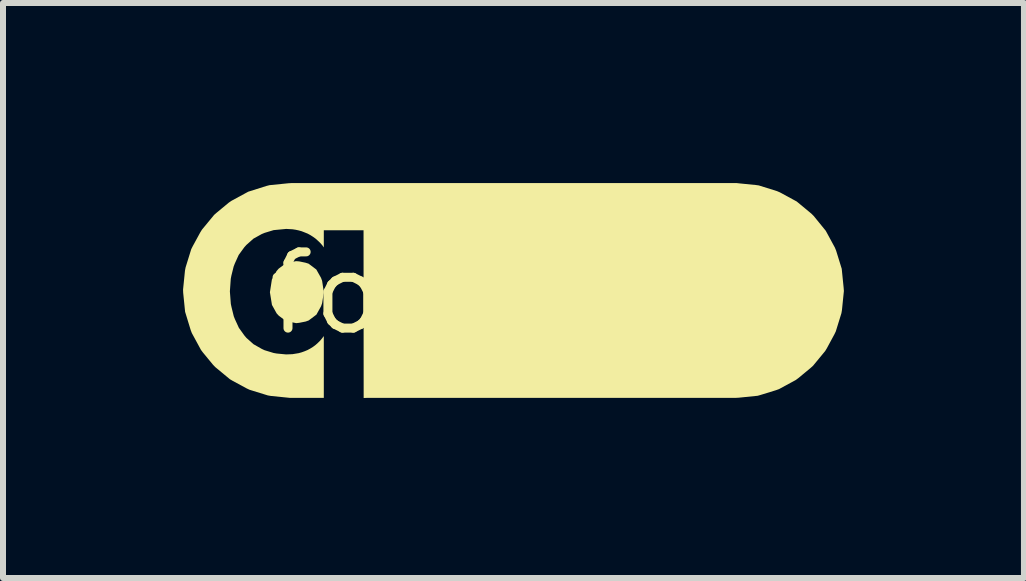
<source format=kicad_pcb>
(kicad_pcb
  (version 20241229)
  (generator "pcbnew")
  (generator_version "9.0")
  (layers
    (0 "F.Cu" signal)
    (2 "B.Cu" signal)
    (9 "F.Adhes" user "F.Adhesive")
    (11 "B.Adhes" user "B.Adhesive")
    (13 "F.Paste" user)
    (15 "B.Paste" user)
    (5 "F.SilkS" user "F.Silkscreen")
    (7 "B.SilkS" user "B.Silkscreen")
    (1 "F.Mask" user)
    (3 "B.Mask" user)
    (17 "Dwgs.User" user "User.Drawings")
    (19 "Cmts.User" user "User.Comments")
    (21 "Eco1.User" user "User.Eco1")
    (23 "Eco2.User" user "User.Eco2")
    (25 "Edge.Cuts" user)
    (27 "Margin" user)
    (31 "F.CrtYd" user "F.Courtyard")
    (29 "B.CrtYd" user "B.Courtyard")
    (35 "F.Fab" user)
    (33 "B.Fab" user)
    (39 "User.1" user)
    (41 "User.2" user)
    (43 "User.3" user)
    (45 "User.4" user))
  (footprint "footprint"
    (layer "F.Cu")
    (at 5.528 1.837)
    (property "Reference" "footprint" (at 0 0 0) (layer "F.SilkS") (effects (font (size 1.27 1.27) (thickness 0.15))))
    (fp_poly (pts (xy -3.593 -0.532) (xy -3.488 -0.51) (xy -3.437 -0.494) (xy -3.308 -0.397) (xy -3.229 -0.257) (xy -3.211 -0.207) (xy -3.187 -0.048) (xy -3.186 0.005) (xy -3.211 0.164) (xy -3.228 0.214) (xy -3.306 0.355) (xy -3.435 0.452) (xy -3.485 0.47) (xy -3.59 0.491) (xy -3.643 0.497) (xy -3.801 0.464) (xy -3.847 0.437) (xy -3.933 0.373) (xy -3.969 0.334) (xy -4.047 0.193) (xy -4.081 -0.018) (xy -4.048 -0.23) (xy -3.97 -0.371) (xy -3.935 -0.411) (xy -3.849 -0.475) (xy -3.804 -0.503) (xy -3.646 -0.536)) (stroke (width 0) (type solid)) (fill yes) (layer "F.SilkS"))
    (fp_poly (pts (xy 3.747 -1.831) (xy 4.01 -1.805) (xy 4.063 -1.798) (xy 4.367 -1.703) (xy 4.416 -1.682) (xy 4.696 -1.53) (xy 4.941 -1.327) (xy 4.979 -1.289) (xy 5.18 -1.042) (xy 5.332 -0.762) (xy 5.352 -0.713) (xy 5.446 -0.409) (xy 5.478 -0.092) (xy 5.482 -0.039) (xy 5.45 0.278) (xy 5.441 0.331) (xy 5.347 0.635) (xy 5.324 0.683) (xy 5.198 0.916) (xy 5.17 0.962) (xy 4.968 1.207) (xy 4.928 1.243) (xy 4.724 1.412) (xy 4.681 1.444) (xy 4.401 1.596) (xy 4.351 1.614) (xy 4.098 1.692) (xy 4.046 1.707) (xy 3.73 1.739) (xy 3.677 1.742) (xy -2.463 1.742) (xy -2.519 1.744) (xy -2.521 -1.051) (xy -2.529 -1.051) (xy -3.183 -1.051) (xy -3.183 -1.029) (xy -3.183 -0.765) (xy -3.209 -0.801) (xy -3.243 -0.84) (xy -3.281 -0.876) (xy -3.32 -0.911) (xy -3.363 -0.942) (xy -3.407 -0.97) (xy -3.453 -0.995) (xy -3.551 -1.034) (xy -3.601 -1.048) (xy -3.652 -1.059) (xy -3.704 -1.067) (xy -3.809 -1.073) (xy -4.019 -1.053) (xy -4.17 -1.007) (xy -4.218 -0.987) (xy -4.355 -0.911) (xy -4.473 -0.806) (xy -4.508 -0.767) (xy -4.601 -0.639) (xy -4.666 -0.496) (xy -4.685 -0.447) (xy -4.723 -0.294) (xy -4.733 -0.242) (xy -4.748 -0.032) (xy -4.732 0.178) (xy -4.721 0.229) (xy -4.683 0.383) (xy -4.664 0.431) (xy -4.598 0.575) (xy -4.506 0.703) (xy -4.472 0.743) (xy -4.354 0.848) (xy -4.217 0.926) (xy -4.17 0.948) (xy -4.019 0.994) (xy -3.968 1.003) (xy -3.811 1.018) (xy -3.706 1.014) (xy -3.602 0.997) (xy -3.552 0.983) (xy -3.502 0.965) (xy -3.454 0.945) (xy -3.408 0.92) (xy -3.363 0.892) (xy -3.321 0.861) (xy -3.282 0.826) (xy -3.245 0.79) (xy -3.211 0.749) (xy -3.183 0.712) (xy -3.183 1.712) (xy -3.183 1.742) (xy -3.747 1.742) (xy -4.064 1.71) (xy -4.116 1.701) (xy -4.42 1.607) (xy -4.469 1.584) (xy -4.702 1.458) (xy -4.748 1.431) (xy -4.993 1.228) (xy -5.03 1.189) (xy -5.198 0.985) (xy -5.23 0.942) (xy -5.382 0.662) (xy -5.401 0.612) (xy -5.494 0.308) (xy -5.526 -0.009) (xy -5.528 -0.062) (xy -5.496 -0.379) (xy -5.486 -0.431) (xy -5.392 -0.735) (xy -5.368 -0.783) (xy -5.241 -1.016) (xy -5.213 -1.061) (xy -5.01 -1.307) (xy -4.97 -1.342) (xy -4.766 -1.511) (xy -4.722 -1.541) (xy -4.442 -1.693) (xy -4.138 -1.789) (xy -4.087 -1.802) (xy -3.77 -1.834) (xy -3.717 -1.837) (xy 3.694 -1.837)) (stroke (width 0) (type solid)) (fill yes) (layer "F.SilkS")))
  (gr_rect
    (start -3 -3)
    (end 14.01 6.58)
    (stroke (width 0.1) (type default))
    (fill no)
    (layer "Edge.Cuts")))
</source>
